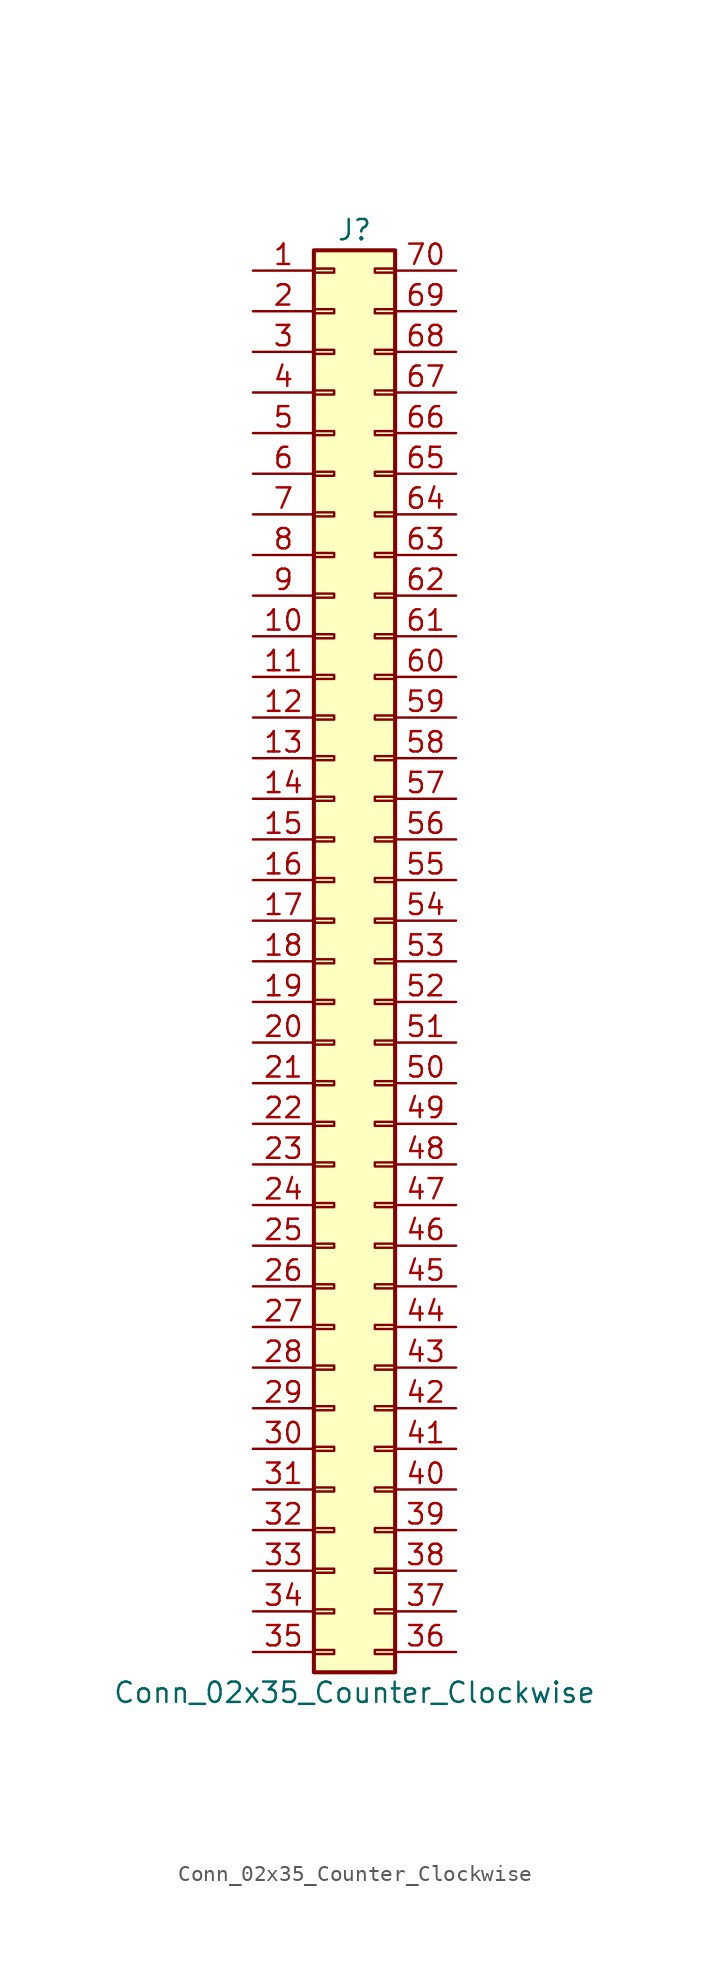
<source format=kicad_sym>
(kicad_symbol_lib
  (version 20201005)
  (generator kicad_symbol_editor)
  (symbol "Connector_Generic:Conn_02x35_Counter_Clockwise"
    (pin_names
      (offset 1.016) hide)
    (property "Reference" "J"
      (at 1.27 45.72 0)
      (effects (font (size 1.27 1.27))))
    (property "Value" "Conn_02x35_Counter_Clockwise"
      (at 1.27 -45.72 0)
      (effects (font (size 1.27 1.27))))
    (symbol "Conn_02x35_Counter_Clockwise_1_1"
      (rectangle (start -1.27 -27.813) (end 0 -28.067) (stroke (width 0.152)) (fill (type none)))
      (rectangle (start -1.27 -30.353) (end 0 -30.607) (stroke (width 0.152)) (fill (type none)))
      (rectangle (start -1.27 -32.893) (end 0 -33.147) (stroke (width 0.152)) (fill (type none)))
      (rectangle (start -1.27 -35.433) (end 0 -35.687) (stroke (width 0.152)) (fill (type none)))
      (rectangle (start -1.27 -37.973) (end 0 -38.227) (stroke (width 0.152)) (fill (type none)))
      (rectangle (start -1.27 -40.513) (end 0 -40.767) (stroke (width 0.152)) (fill (type none)))
      (rectangle (start -1.27 -43.053) (end 0 -43.307) (stroke (width 0.152)) (fill (type none)))
      (rectangle (start -1.27 -4.953) (end 0 -5.207) (stroke (width 0.152)) (fill (type none)))
      (rectangle (start -1.27 -7.493) (end 0 -7.747) (stroke (width 0.152)) (fill (type none)))
      (rectangle (start -1.27 -10.033) (end 0 -10.287) (stroke (width 0.152)) (fill (type none)))
      (rectangle (start -1.27 -12.573) (end 0 -12.827) (stroke (width 0.152)) (fill (type none)))
      (rectangle (start -1.27 -15.113) (end 0 -15.367) (stroke (width 0.152)) (fill (type none)))
      (rectangle (start -1.27 -17.653) (end 0 -17.907) (stroke (width 0.152)) (fill (type none)))
      (rectangle (start -1.27 -20.193) (end 0 -20.447) (stroke (width 0.152)) (fill (type none)))
      (rectangle (start -1.27 -22.733) (end 0 -22.987) (stroke (width 0.152)) (fill (type none)))
      (rectangle (start -1.27 -2.413) (end 0 -2.667) (stroke (width 0.152)) (fill (type none)))
      (rectangle (start -1.27 -25.273) (end 0 -25.527) (stroke (width 0.152)) (fill (type none)))
      (rectangle (start -1.27 25.527) (end 0 25.273) (stroke (width 0.152)) (fill (type none)))
      (rectangle (start -1.27 2.667) (end 0 2.413) (stroke (width 0.152)) (fill (type none)))
      (rectangle (start -1.27 28.067) (end 0 27.813) (stroke (width 0.152)) (fill (type none)))
      (rectangle (start -1.27 30.607) (end 0 30.353) (stroke (width 0.152)) (fill (type none)))
      (rectangle (start -1.27 33.147) (end 0 32.893) (stroke (width 0.152)) (fill (type none)))
      (rectangle (start -1.27 35.687) (end 0 35.433) (stroke (width 0.152)) (fill (type none)))
      (rectangle (start -1.27 38.227) (end 0 37.973) (stroke (width 0.152)) (fill (type none)))
      (rectangle (start -1.27 40.767) (end 0 40.513) (stroke (width 0.152)) (fill (type none)))
      (rectangle (start -1.27 43.307) (end 0 43.053) (stroke (width 0.152)) (fill (type none)))
      (rectangle (start -1.27 44.45) (end 3.81 -44.45) (stroke (width 0.254)) (fill (type background)))
      (rectangle (start -1.27 5.207) (end 0 4.953) (stroke (width 0.152)) (fill (type none)))
      (rectangle (start -1.27 7.747) (end 0 7.493) (stroke (width 0.152)) (fill (type none)))
      (rectangle (start -1.27 10.287) (end 0 10.033) (stroke (width 0.152)) (fill (type none)))
      (rectangle (start -1.27 0.127) (end 0 -0.127) (stroke (width 0.152)) (fill (type none)))
      (rectangle (start -1.27 12.827) (end 0 12.573) (stroke (width 0.152)) (fill (type none)))
      (rectangle (start -1.27 15.367) (end 0 15.113) (stroke (width 0.152)) (fill (type none)))
      (rectangle (start -1.27 17.907) (end 0 17.653) (stroke (width 0.152)) (fill (type none)))
      (rectangle (start -1.27 20.447) (end 0 20.193) (stroke (width 0.152)) (fill (type none)))
      (rectangle (start -1.27 22.987) (end 0 22.733) (stroke (width 0.152)) (fill (type none)))
      (rectangle (start 3.81 -27.813) (end 2.54 -28.067) (stroke (width 0.152)) (fill (type none)))
      (rectangle (start 3.81 -30.353) (end 2.54 -30.607) (stroke (width 0.152)) (fill (type none)))
      (rectangle (start 3.81 -32.893) (end 2.54 -33.147) (stroke (width 0.152)) (fill (type none)))
      (rectangle (start 3.81 -35.433) (end 2.54 -35.687) (stroke (width 0.152)) (fill (type none)))
      (rectangle (start 3.81 -37.973) (end 2.54 -38.227) (stroke (width 0.152)) (fill (type none)))
      (rectangle (start 3.81 -40.513) (end 2.54 -40.767) (stroke (width 0.152)) (fill (type none)))
      (rectangle (start 3.81 -43.053) (end 2.54 -43.307) (stroke (width 0.152)) (fill (type none)))
      (rectangle (start 3.81 -4.953) (end 2.54 -5.207) (stroke (width 0.152)) (fill (type none)))
      (rectangle (start 3.81 -7.493) (end 2.54 -7.747) (stroke (width 0.152)) (fill (type none)))
      (rectangle (start 3.81 -10.033) (end 2.54 -10.287) (stroke (width 0.152)) (fill (type none)))
      (rectangle (start 3.81 -12.573) (end 2.54 -12.827) (stroke (width 0.152)) (fill (type none)))
      (rectangle (start 3.81 -15.113) (end 2.54 -15.367) (stroke (width 0.152)) (fill (type none)))
      (rectangle (start 3.81 -17.653) (end 2.54 -17.907) (stroke (width 0.152)) (fill (type none)))
      (rectangle (start 3.81 -20.193) (end 2.54 -20.447) (stroke (width 0.152)) (fill (type none)))
      (rectangle (start 3.81 -22.733) (end 2.54 -22.987) (stroke (width 0.152)) (fill (type none)))
      (rectangle (start 3.81 -2.413) (end 2.54 -2.667) (stroke (width 0.152)) (fill (type none)))
      (rectangle (start 3.81 -25.273) (end 2.54 -25.527) (stroke (width 0.152)) (fill (type none)))
      (rectangle (start 3.81 25.527) (end 2.54 25.273) (stroke (width 0.152)) (fill (type none)))
      (rectangle (start 3.81 2.667) (end 2.54 2.413) (stroke (width 0.152)) (fill (type none)))
      (rectangle (start 3.81 28.067) (end 2.54 27.813) (stroke (width 0.152)) (fill (type none)))
      (rectangle (start 3.81 30.607) (end 2.54 30.353) (stroke (width 0.152)) (fill (type none)))
      (rectangle (start 3.81 33.147) (end 2.54 32.893) (stroke (width 0.152)) (fill (type none)))
      (rectangle (start 3.81 35.687) (end 2.54 35.433) (stroke (width 0.152)) (fill (type none)))
      (rectangle (start 3.81 38.227) (end 2.54 37.973) (stroke (width 0.152)) (fill (type none)))
      (rectangle (start 3.81 40.767) (end 2.54 40.513) (stroke (width 0.152)) (fill (type none)))
      (rectangle (start 3.81 43.307) (end 2.54 43.053) (stroke (width 0.152)) (fill (type none)))
      (rectangle (start 3.81 5.207) (end 2.54 4.953) (stroke (width 0.152)) (fill (type none)))
      (rectangle (start 3.81 7.747) (end 2.54 7.493) (stroke (width 0.152)) (fill (type none)))
      (rectangle (start 3.81 10.287) (end 2.54 10.033) (stroke (width 0.152)) (fill (type none)))
      (rectangle (start 3.81 0.127) (end 2.54 -0.127) (stroke (width 0.152)) (fill (type none)))
      (rectangle (start 3.81 12.827) (end 2.54 12.573) (stroke (width 0.152)) (fill (type none)))
      (rectangle (start 3.81 15.367) (end 2.54 15.113) (stroke (width 0.152)) (fill (type none)))
      (rectangle (start 3.81 17.907) (end 2.54 17.653) (stroke (width 0.152)) (fill (type none)))
      (rectangle (start 3.81 20.447) (end 2.54 20.193) (stroke (width 0.152)) (fill (type none)))
      (rectangle (start 3.81 22.987) (end 2.54 22.733) (stroke (width 0.152)) (fill (type none)))
      (pin passive line (at -5.08 43.18 0) (length 3.81) (name "Pin_1" (effects (font (size 1.27 1.27)))) (number "1" (effects (font (size 1.27 1.27)))))
      (pin passive line (at -5.08 20.32 0) (length 3.81) (name "Pin_10" (effects (font (size 1.27 1.27)))) (number "10" (effects (font (size 1.27 1.27)))))
      (pin passive line (at -5.08 17.78 0) (length 3.81) (name "Pin_11" (effects (font (size 1.27 1.27)))) (number "11" (effects (font (size 1.27 1.27)))))
      (pin passive line (at -5.08 15.24 0) (length 3.81) (name "Pin_12" (effects (font (size 1.27 1.27)))) (number "12" (effects (font (size 1.27 1.27)))))
      (pin passive line (at -5.08 12.7 0) (length 3.81) (name "Pin_13" (effects (font (size 1.27 1.27)))) (number "13" (effects (font (size 1.27 1.27)))))
      (pin passive line (at -5.08 10.16 0) (length 3.81) (name "Pin_14" (effects (font (size 1.27 1.27)))) (number "14" (effects (font (size 1.27 1.27)))))
      (pin passive line (at -5.08 7.62 0) (length 3.81) (name "Pin_15" (effects (font (size 1.27 1.27)))) (number "15" (effects (font (size 1.27 1.27)))))
      (pin passive line (at -5.08 5.08 0) (length 3.81) (name "Pin_16" (effects (font (size 1.27 1.27)))) (number "16" (effects (font (size 1.27 1.27)))))
      (pin passive line (at -5.08 2.54 0) (length 3.81) (name "Pin_17" (effects (font (size 1.27 1.27)))) (number "17" (effects (font (size 1.27 1.27)))))
      (pin passive line (at -5.08 0 0) (length 3.81) (name "Pin_18" (effects (font (size 1.27 1.27)))) (number "18" (effects (font (size 1.27 1.27)))))
      (pin passive line (at -5.08 -2.54 0) (length 3.81) (name "Pin_19" (effects (font (size 1.27 1.27)))) (number "19" (effects (font (size 1.27 1.27)))))
      (pin passive line (at -5.08 40.64 0) (length 3.81) (name "Pin_2" (effects (font (size 1.27 1.27)))) (number "2" (effects (font (size 1.27 1.27)))))
      (pin passive line (at -5.08 -5.08 0) (length 3.81) (name "Pin_20" (effects (font (size 1.27 1.27)))) (number "20" (effects (font (size 1.27 1.27)))))
      (pin passive line (at -5.08 -7.62 0) (length 3.81) (name "Pin_21" (effects (font (size 1.27 1.27)))) (number "21" (effects (font (size 1.27 1.27)))))
      (pin passive line (at -5.08 -10.16 0) (length 3.81) (name "Pin_22" (effects (font (size 1.27 1.27)))) (number "22" (effects (font (size 1.27 1.27)))))
      (pin passive line (at -5.08 -12.7 0) (length 3.81) (name "Pin_23" (effects (font (size 1.27 1.27)))) (number "23" (effects (font (size 1.27 1.27)))))
      (pin passive line (at -5.08 -15.24 0) (length 3.81) (name "Pin_24" (effects (font (size 1.27 1.27)))) (number "24" (effects (font (size 1.27 1.27)))))
      (pin passive line (at -5.08 -17.78 0) (length 3.81) (name "Pin_25" (effects (font (size 1.27 1.27)))) (number "25" (effects (font (size 1.27 1.27)))))
      (pin passive line (at -5.08 -20.32 0) (length 3.81) (name "Pin_26" (effects (font (size 1.27 1.27)))) (number "26" (effects (font (size 1.27 1.27)))))
      (pin passive line (at -5.08 -22.86 0) (length 3.81) (name "Pin_27" (effects (font (size 1.27 1.27)))) (number "27" (effects (font (size 1.27 1.27)))))
      (pin passive line (at -5.08 -25.4 0) (length 3.81) (name "Pin_28" (effects (font (size 1.27 1.27)))) (number "28" (effects (font (size 1.27 1.27)))))
      (pin passive line (at -5.08 -27.94 0) (length 3.81) (name "Pin_29" (effects (font (size 1.27 1.27)))) (number "29" (effects (font (size 1.27 1.27)))))
      (pin passive line (at -5.08 38.1 0) (length 3.81) (name "Pin_3" (effects (font (size 1.27 1.27)))) (number "3" (effects (font (size 1.27 1.27)))))
      (pin passive line (at -5.08 -30.48 0) (length 3.81) (name "Pin_30" (effects (font (size 1.27 1.27)))) (number "30" (effects (font (size 1.27 1.27)))))
      (pin passive line (at -5.08 -33.02 0) (length 3.81) (name "Pin_31" (effects (font (size 1.27 1.27)))) (number "31" (effects (font (size 1.27 1.27)))))
      (pin passive line (at -5.08 -35.56 0) (length 3.81) (name "Pin_32" (effects (font (size 1.27 1.27)))) (number "32" (effects (font (size 1.27 1.27)))))
      (pin passive line (at -5.08 -38.1 0) (length 3.81) (name "Pin_33" (effects (font (size 1.27 1.27)))) (number "33" (effects (font (size 1.27 1.27)))))
      (pin passive line (at -5.08 -40.64 0) (length 3.81) (name "Pin_34" (effects (font (size 1.27 1.27)))) (number "34" (effects (font (size 1.27 1.27)))))
      (pin passive line (at -5.08 -43.18 0) (length 3.81) (name "Pin_35" (effects (font (size 1.27 1.27)))) (number "35" (effects (font (size 1.27 1.27)))))
      (pin passive line (at 7.62 -43.18 180) (length 3.81) (name "Pin_36" (effects (font (size 1.27 1.27)))) (number "36" (effects (font (size 1.27 1.27)))))
      (pin passive line (at 7.62 -40.64 180) (length 3.81) (name "Pin_37" (effects (font (size 1.27 1.27)))) (number "37" (effects (font (size 1.27 1.27)))))
      (pin passive line (at 7.62 -38.1 180) (length 3.81) (name "Pin_38" (effects (font (size 1.27 1.27)))) (number "38" (effects (font (size 1.27 1.27)))))
      (pin passive line (at 7.62 -35.56 180) (length 3.81) (name "Pin_39" (effects (font (size 1.27 1.27)))) (number "39" (effects (font (size 1.27 1.27)))))
      (pin passive line (at -5.08 35.56 0) (length 3.81) (name "Pin_4" (effects (font (size 1.27 1.27)))) (number "4" (effects (font (size 1.27 1.27)))))
      (pin passive line (at 7.62 -33.02 180) (length 3.81) (name "Pin_40" (effects (font (size 1.27 1.27)))) (number "40" (effects (font (size 1.27 1.27)))))
      (pin passive line (at 7.62 -30.48 180) (length 3.81) (name "Pin_41" (effects (font (size 1.27 1.27)))) (number "41" (effects (font (size 1.27 1.27)))))
      (pin passive line (at 7.62 -27.94 180) (length 3.81) (name "Pin_42" (effects (font (size 1.27 1.27)))) (number "42" (effects (font (size 1.27 1.27)))))
      (pin passive line (at 7.62 -25.4 180) (length 3.81) (name "Pin_43" (effects (font (size 1.27 1.27)))) (number "43" (effects (font (size 1.27 1.27)))))
      (pin passive line (at 7.62 -22.86 180) (length 3.81) (name "Pin_44" (effects (font (size 1.27 1.27)))) (number "44" (effects (font (size 1.27 1.27)))))
      (pin passive line (at 7.62 -20.32 180) (length 3.81) (name "Pin_45" (effects (font (size 1.27 1.27)))) (number "45" (effects (font (size 1.27 1.27)))))
      (pin passive line (at 7.62 -17.78 180) (length 3.81) (name "Pin_46" (effects (font (size 1.27 1.27)))) (number "46" (effects (font (size 1.27 1.27)))))
      (pin passive line (at 7.62 -15.24 180) (length 3.81) (name "Pin_47" (effects (font (size 1.27 1.27)))) (number "47" (effects (font (size 1.27 1.27)))))
      (pin passive line (at 7.62 -12.7 180) (length 3.81) (name "Pin_48" (effects (font (size 1.27 1.27)))) (number "48" (effects (font (size 1.27 1.27)))))
      (pin passive line (at 7.62 -10.16 180) (length 3.81) (name "Pin_49" (effects (font (size 1.27 1.27)))) (number "49" (effects (font (size 1.27 1.27)))))
      (pin passive line (at -5.08 33.02 0) (length 3.81) (name "Pin_5" (effects (font (size 1.27 1.27)))) (number "5" (effects (font (size 1.27 1.27)))))
      (pin passive line (at 7.62 -7.62 180) (length 3.81) (name "Pin_50" (effects (font (size 1.27 1.27)))) (number "50" (effects (font (size 1.27 1.27)))))
      (pin passive line (at 7.62 -5.08 180) (length 3.81) (name "Pin_51" (effects (font (size 1.27 1.27)))) (number "51" (effects (font (size 1.27 1.27)))))
      (pin passive line (at 7.62 -2.54 180) (length 3.81) (name "Pin_52" (effects (font (size 1.27 1.27)))) (number "52" (effects (font (size 1.27 1.27)))))
      (pin passive line (at 7.62 0 180) (length 3.81) (name "Pin_53" (effects (font (size 1.27 1.27)))) (number "53" (effects (font (size 1.27 1.27)))))
      (pin passive line (at 7.62 2.54 180) (length 3.81) (name "Pin_54" (effects (font (size 1.27 1.27)))) (number "54" (effects (font (size 1.27 1.27)))))
      (pin passive line (at 7.62 5.08 180) (length 3.81) (name "Pin_55" (effects (font (size 1.27 1.27)))) (number "55" (effects (font (size 1.27 1.27)))))
      (pin passive line (at 7.62 7.62 180) (length 3.81) (name "Pin_56" (effects (font (size 1.27 1.27)))) (number "56" (effects (font (size 1.27 1.27)))))
      (pin passive line (at 7.62 10.16 180) (length 3.81) (name "Pin_57" (effects (font (size 1.27 1.27)))) (number "57" (effects (font (size 1.27 1.27)))))
      (pin passive line (at 7.62 12.7 180) (length 3.81) (name "Pin_58" (effects (font (size 1.27 1.27)))) (number "58" (effects (font (size 1.27 1.27)))))
      (pin passive line (at 7.62 15.24 180) (length 3.81) (name "Pin_59" (effects (font (size 1.27 1.27)))) (number "59" (effects (font (size 1.27 1.27)))))
      (pin passive line (at -5.08 30.48 0) (length 3.81) (name "Pin_6" (effects (font (size 1.27 1.27)))) (number "6" (effects (font (size 1.27 1.27)))))
      (pin passive line (at 7.62 17.78 180) (length 3.81) (name "Pin_60" (effects (font (size 1.27 1.27)))) (number "60" (effects (font (size 1.27 1.27)))))
      (pin passive line (at 7.62 20.32 180) (length 3.81) (name "Pin_61" (effects (font (size 1.27 1.27)))) (number "61" (effects (font (size 1.27 1.27)))))
      (pin passive line (at 7.62 22.86 180) (length 3.81) (name "Pin_62" (effects (font (size 1.27 1.27)))) (number "62" (effects (font (size 1.27 1.27)))))
      (pin passive line (at 7.62 25.4 180) (length 3.81) (name "Pin_63" (effects (font (size 1.27 1.27)))) (number "63" (effects (font (size 1.27 1.27)))))
      (pin passive line (at 7.62 27.94 180) (length 3.81) (name "Pin_64" (effects (font (size 1.27 1.27)))) (number "64" (effects (font (size 1.27 1.27)))))
      (pin passive line (at 7.62 30.48 180) (length 3.81) (name "Pin_65" (effects (font (size 1.27 1.27)))) (number "65" (effects (font (size 1.27 1.27)))))
      (pin passive line (at 7.62 33.02 180) (length 3.81) (name "Pin_66" (effects (font (size 1.27 1.27)))) (number "66" (effects (font (size 1.27 1.27)))))
      (pin passive line (at 7.62 35.56 180) (length 3.81) (name "Pin_67" (effects (font (size 1.27 1.27)))) (number "67" (effects (font (size 1.27 1.27)))))
      (pin passive line (at 7.62 38.1 180) (length 3.81) (name "Pin_68" (effects (font (size 1.27 1.27)))) (number "68" (effects (font (size 1.27 1.27)))))
      (pin passive line (at 7.62 40.64 180) (length 3.81) (name "Pin_69" (effects (font (size 1.27 1.27)))) (number "69" (effects (font (size 1.27 1.27)))))
      (pin passive line (at -5.08 27.94 0) (length 3.81) (name "Pin_7" (effects (font (size 1.27 1.27)))) (number "7" (effects (font (size 1.27 1.27)))))
      (pin passive line (at 7.62 43.18 180) (length 3.81) (name "Pin_70" (effects (font (size 1.27 1.27)))) (number "70" (effects (font (size 1.27 1.27)))))
      (pin passive line (at -5.08 25.4 0) (length 3.81) (name "Pin_8" (effects (font (size 1.27 1.27)))) (number "8" (effects (font (size 1.27 1.27)))))
      (pin passive line (at -5.08 22.86 0) (length 3.81) (name "Pin_9" (effects (font (size 1.27 1.27)))) (number "9" (effects (font (size 1.27 1.27))))))))
</source>
